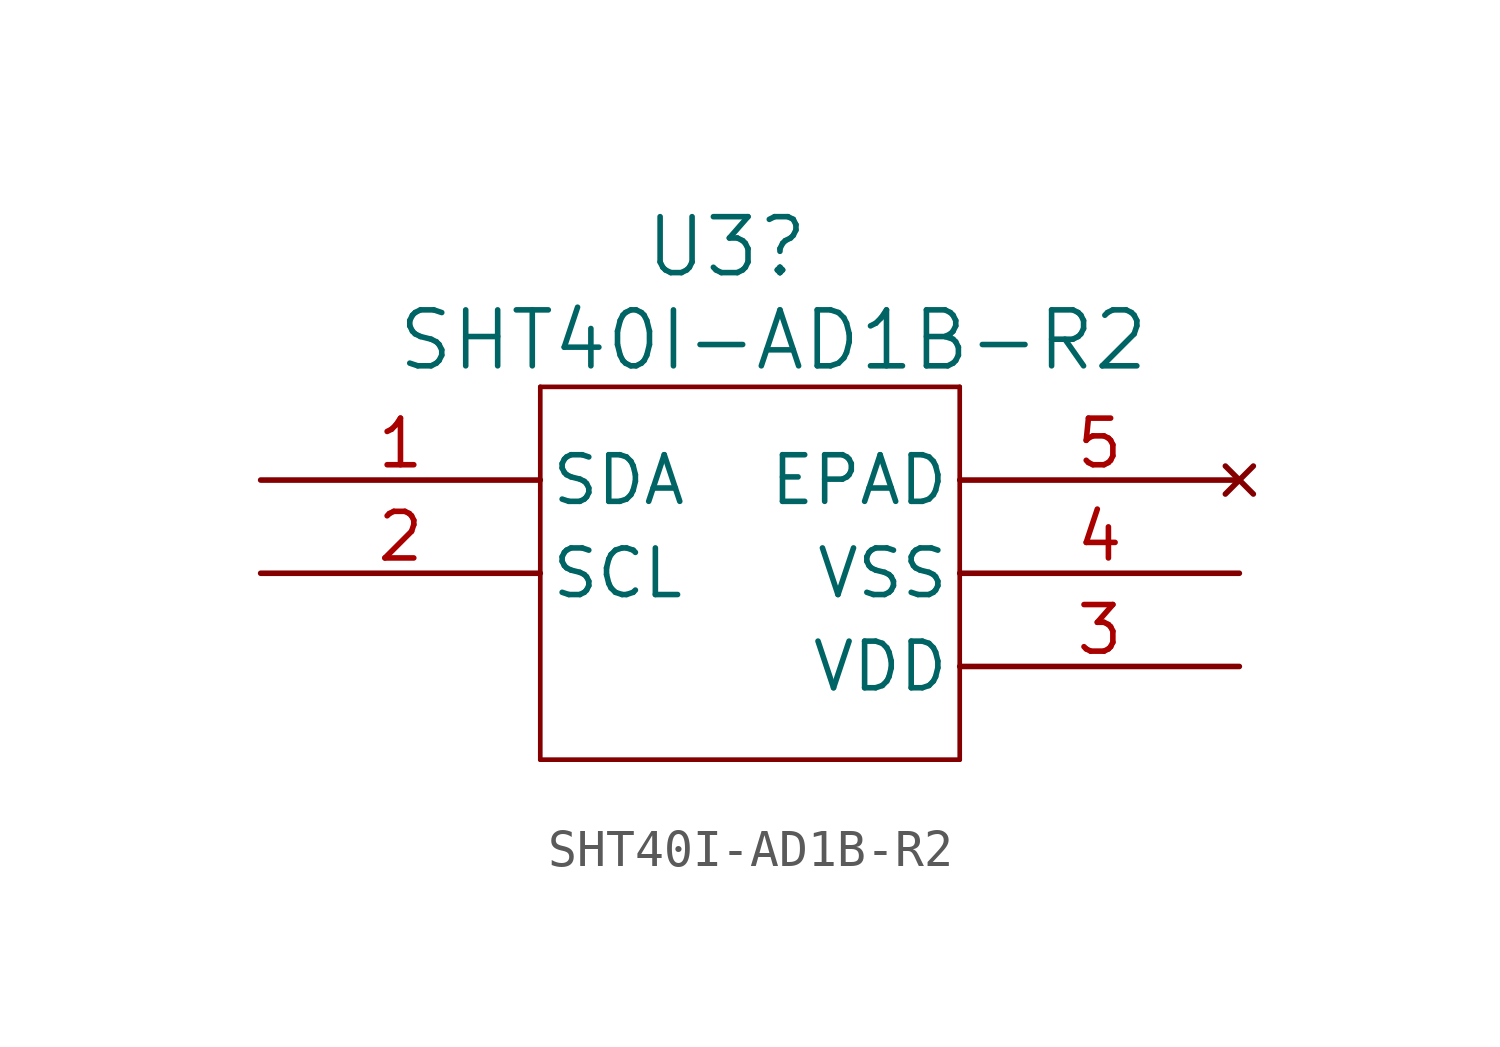
<source format=kicad_sym>
(kicad_symbol_lib
  (version 20220914)
  (generator kicad_symbol_editor)
  (symbol "SHT40I-AD1B-R2"
    (pin_names
      (offset 0.254))
    (property "Reference" "U3"
      (at 12.7 6.35 0)
      (effects (font (size 1.524 1.524))))
    (property "Value" "SHT40I-AD1B-R2"
      (at 13.97 3.81 0)
      (effects (font (size 1.524 1.524))))
    (property "ki_locked" ""
      (at 0 0 0)
      (effects (font (size 1.27 1.27))))
    (symbol "SHT40I-AD1B-R2_0_1"
      (polyline (pts (xy 7.62 -7.62) (xy 19.05 -7.62)) (stroke (width 0.127) (type default)) (fill (type none)))
      (polyline (pts (xy 7.62 2.54) (xy 7.62 -7.62)) (stroke (width 0.127) (type default)) (fill (type none)))
      (polyline (pts (xy 19.05 -7.62) (xy 19.05 2.54)) (stroke (width 0.127) (type default)) (fill (type none)))
      (polyline (pts (xy 19.05 2.54) (xy 7.62 2.54)) (stroke (width 0.127) (type default)) (fill (type none)))
      (pin bidirectional line (at 0 0 0) (length 7.62) (name "SDA" (effects (font (size 1.27 1.27)))) (number "1" (effects (font (size 1.27 1.27)))))
      (pin input line (at 0 -2.54 0) (length 7.62) (name "SCL" (effects (font (size 1.27 1.27)))) (number "2" (effects (font (size 1.27 1.27)))))
      (pin power_in line (at 26.67 -5.08 180) (length 7.62) (name "VDD" (effects (font (size 1.27 1.27)))) (number "3" (effects (font (size 1.27 1.27)))))
      (pin power_out line (at 26.67 -2.54 180) (length 7.62) (name "VSS" (effects (font (size 1.27 1.27)))) (number "4" (effects (font (size 1.27 1.27)))))
      (pin no_connect line (at 26.67 0 180) (length 7.62) (name "EPAD" (effects (font (size 1.27 1.27)))) (number "5" (effects (font (size 1.27 1.27))))))))
</source>
